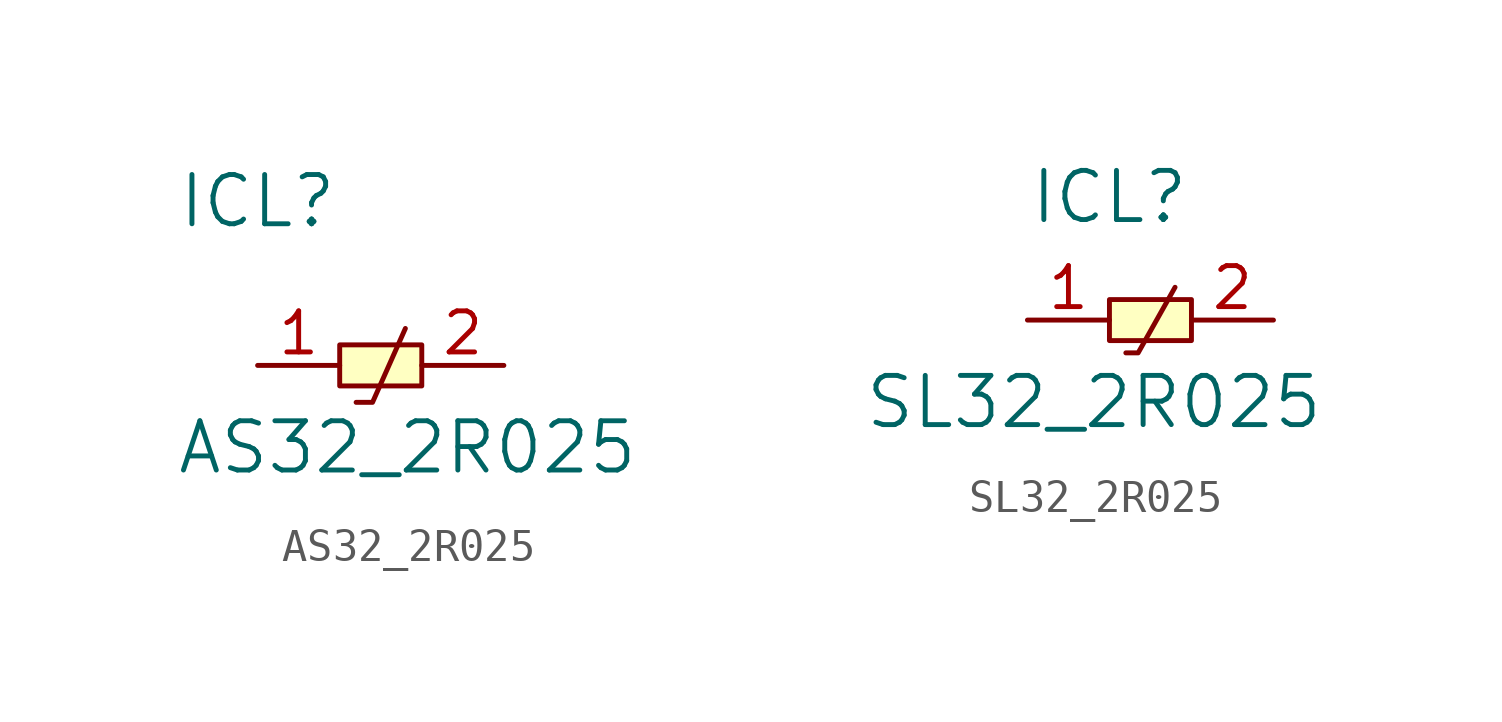
<source format=kicad_sym>
(kicad_symbol_lib
  (version 20220914)
  (generator kicad_symbol_editor)
  (symbol "AS32_2R025"
    (pin_names
      (offset 1.016))
    (property "Reference" "ICL"
      (at -2.54 5.08 0)
      (effects (font (size 1.524 1.524))))
    (property "Value" "AS32_2R025"
      (at -5.08 -2.54 0)
      (effects (font (size 1.524 1.524)) (justify left)))
    (symbol "AS32_2R025_0_1"
      (polyline (pts (xy 0.508 -1.143) (xy 1.016 -1.143) (xy 2.032 1.143)) (stroke (width 0) (type solid)) (fill (type none)))
      (rectangle (start 2.54 -0.635) (end 0 0.635) (stroke (width 0) (type solid)) (fill (type background))))
    (symbol "AS32_2R025_1_1"
      (pin power_in line (at -2.54 0 0) (length 2.54) (name "~" (effects (font (size 1.27 1.27)))) (number "1" (effects (font (size 1.27 1.27)))))
      (pin power_in line (at 5.08 0 180) (length 2.54) (name "~" (effects (font (size 1.27 1.27)))) (number "2" (effects (font (size 1.27 1.27)))))))
  (symbol "SL32_2R025"
    (pin_names
      (offset 1.016))
    (property "Reference" "ICL"
      (at 0 3.81 0)
      (effects (font (size 1.524 1.524))))
    (property "Value" "SL32_2R025"
      (at -7.62 -2.54 0)
      (effects (font (size 1.524 1.524)) (justify left)))
    (symbol "SL32_2R025_0_1"
      (polyline (pts (xy 0.508 -1.016) (xy 0.889 -1.016) (xy 2.032 1.016)) (stroke (width 0) (type solid)) (fill (type none)))
      (rectangle (start 0 0.635) (end 2.54 -0.635) (stroke (width 0) (type solid)) (fill (type background))))
    (symbol "SL32_2R025_1_1"
      (pin power_in line (at -2.54 0 0) (length 2.54) (name "~" (effects (font (size 1.27 1.27)))) (number "1" (effects (font (size 1.27 1.27)))))
      (pin power_in line (at 5.08 0 180) (length 2.54) (name "~" (effects (font (size 1.27 1.27)))) (number "2" (effects (font (size 1.27 1.27))))))))
</source>
